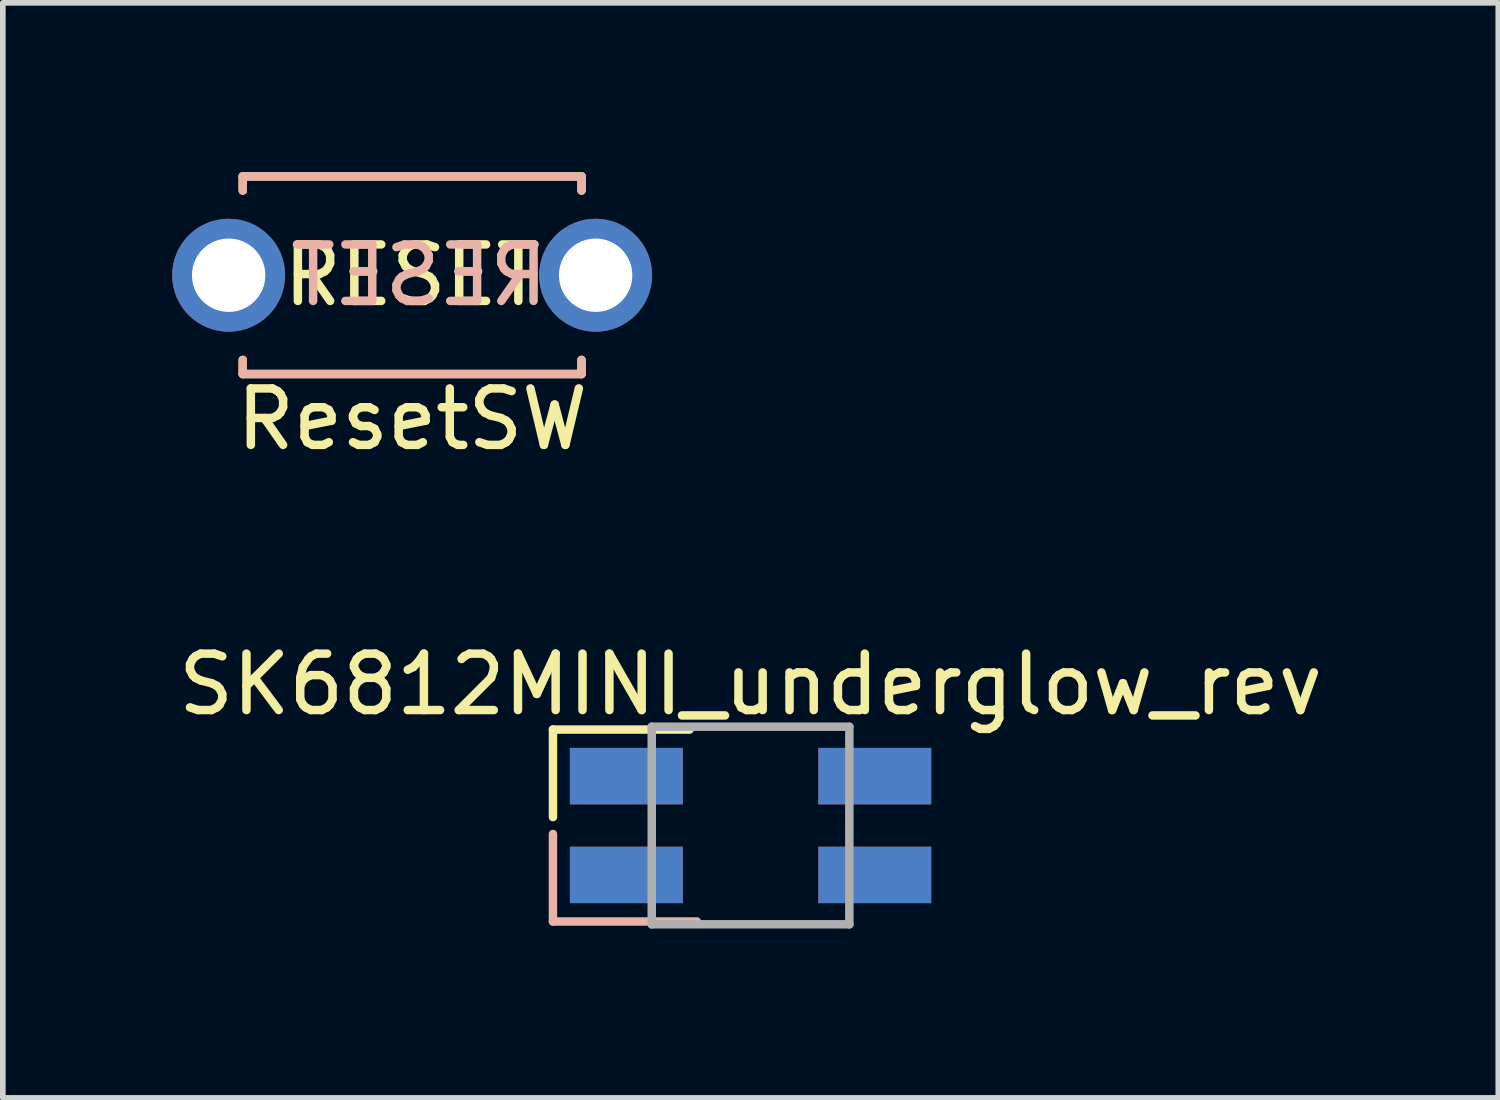
<source format=kicad_pcb>
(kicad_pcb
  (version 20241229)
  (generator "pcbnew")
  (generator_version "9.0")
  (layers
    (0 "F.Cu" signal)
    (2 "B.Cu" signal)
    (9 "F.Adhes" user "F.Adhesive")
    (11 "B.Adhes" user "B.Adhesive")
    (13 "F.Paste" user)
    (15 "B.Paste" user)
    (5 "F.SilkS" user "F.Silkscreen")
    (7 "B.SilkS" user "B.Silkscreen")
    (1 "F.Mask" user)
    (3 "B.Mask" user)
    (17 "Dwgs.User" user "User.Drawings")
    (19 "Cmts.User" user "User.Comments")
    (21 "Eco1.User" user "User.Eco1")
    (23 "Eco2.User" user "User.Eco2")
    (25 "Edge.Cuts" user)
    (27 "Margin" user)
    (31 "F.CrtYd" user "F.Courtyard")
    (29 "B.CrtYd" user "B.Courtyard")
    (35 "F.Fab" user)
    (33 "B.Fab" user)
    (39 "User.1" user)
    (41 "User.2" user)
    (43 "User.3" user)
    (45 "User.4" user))
  (footprint "ResetSW"
    (layer "F.Cu")
    (at 4.25 1.825)
    (property "Reference" "ResetSW" (at 0 2.55 180) (layer "F.SilkS") (effects (font (size 1 1) (thickness 0.15))))
    (attr through_hole)
    (fp_line (start -3 -1.75) (end -3 -1.5) (stroke (width 0.15) (type solid)) (layer "F.SilkS"))
    (fp_line (start -3 -1.75) (end 3 -1.75) (stroke (width 0.15) (type solid)) (layer "F.SilkS"))
    (fp_line (start -3 1.75) (end -3 1.5) (stroke (width 0.15) (type solid)) (layer "F.SilkS"))
    (fp_line (start -3 1.75) (end 3 1.75) (stroke (width 0.15) (type solid)) (layer "F.SilkS"))
    (fp_line (start 3 -1.75) (end 3 -1.5) (stroke (width 0.15) (type solid)) (layer "F.SilkS"))
    (fp_line (start 3 1.75) (end 3 1.5) (stroke (width 0.15) (type solid)) (layer "F.SilkS"))
    (fp_line (start -3 -1.75) (end 3 -1.75) (stroke (width 0.15) (type solid)) (layer "B.SilkS"))
    (fp_line (start -3 -1.5) (end -3 -1.75) (stroke (width 0.15) (type solid)) (layer "B.SilkS"))
    (fp_line (start -3 1.75) (end -3 1.5) (stroke (width 0.15) (type solid)) (layer "B.SilkS"))
    (fp_line (start 3 -1.75) (end 3 -1.5) (stroke (width 0.15) (type solid)) (layer "B.SilkS"))
    (fp_line (start 3 1.5) (end 3 1.75) (stroke (width 0.15) (type solid)) (layer "B.SilkS"))
    (fp_line (start 3 1.75) (end -3 1.75) (stroke (width 0.15) (type solid)) (layer "B.SilkS"))
    (fp_text user "RESET" (at 0 0 180) (layer "F.SilkS") (effects (font (size 1 1) (thickness 0.15))))
    (fp_text user "RESET" (at 0.127 0 180) (layer "B.SilkS") (effects (font (size 1 1) (thickness 0.15)) (justify mirror)))
    (pad "1" thru_hole circle (at 3.25 0) (size 2 2) (drill 1.3) (layers "*.Cu" "*.Mask"))
    (pad "2" thru_hole circle (at -3.25 0) (size 2 2) (drill 1.3) (layers "*.Cu" "*.Mask")))
  (footprint "SK6812MINI_underglow_rev"
    (layer "F.Cu")
    (at 10.244 11.572)
    (property "Reference" "SK6812MINI_underglow_rev" (at 0 -2.5 0) (layer "F.SilkS") (effects (font (size 1 1) (thickness 0.15))))
    (attr through_hole)
    (fp_line (start -3.5 -1.7) (end -3.5 -0.15) (stroke (width 0.15) (type solid)) (layer "F.SilkS"))
    (fp_line (start -3.5 -1.7) (end -1.08 -1.7) (stroke (width 0.15) (type solid)) (layer "F.SilkS"))
    (fp_line (start -3.5 0.15) (end -3.5 1.7) (stroke (width 0.15) (type solid)) (layer "B.SilkS"))
    (fp_line (start -0.95 1.7) (end -3.5 1.7) (stroke (width 0.15) (type solid)) (layer "B.SilkS"))
    (fp_line (start -1.75 -1.75) (end -1.75 1.75) (stroke (width 0.15) (type solid)) (layer "F.Fab"))
    (fp_line (start -1.75 -1.75) (end 1.75 -1.75) (stroke (width 0.15) (type solid)) (layer "F.Fab"))
    (fp_line (start 1.75 -1.75) (end 1.75 1.75) (stroke (width 0.15) (type solid)) (layer "F.Fab"))
    (fp_line (start 1.75 1.75) (end -1.75 1.75) (stroke (width 0.15) (type solid)) (layer "F.Fab"))
    (pad "1" smd rect (at -2.2 -0.875) (size 2 1) (layers "F.Cu" "F.Mask" "F.Paste"))
    (pad "1" smd rect (at -2.2 0.875) (size 2 1) (layers "B.Cu" "B.Mask" "B.Paste"))
    (pad "2" smd rect (at -2.2 -0.875) (size 2 1) (layers "B.Cu" "B.Mask" "B.Paste"))
    (pad "2" smd rect (at -2.2 0.875) (size 2 1) (layers "F.Cu" "F.Mask" "F.Paste"))
    (pad "3" smd rect (at 2.2 -0.875) (size 2 1) (layers "B.Cu" "B.Mask" "B.Paste"))
    (pad "3" smd rect (at 2.2 0.875) (size 2 1) (layers "F.Cu" "F.Mask" "F.Paste"))
    (pad "4" smd rect (at 2.2 -0.875) (size 2 1) (layers "F.Cu" "F.Mask" "F.Paste"))
    (pad "4" smd rect (at 2.2 0.875) (size 2 1) (layers "B.Cu" "B.Mask" "B.Paste")))
  (gr_rect
    (start -3 -3)
    (end 23.488 16.396)
    (stroke (width 0.1) (type default))
    (fill no)
    (layer "Edge.Cuts")))
</source>
